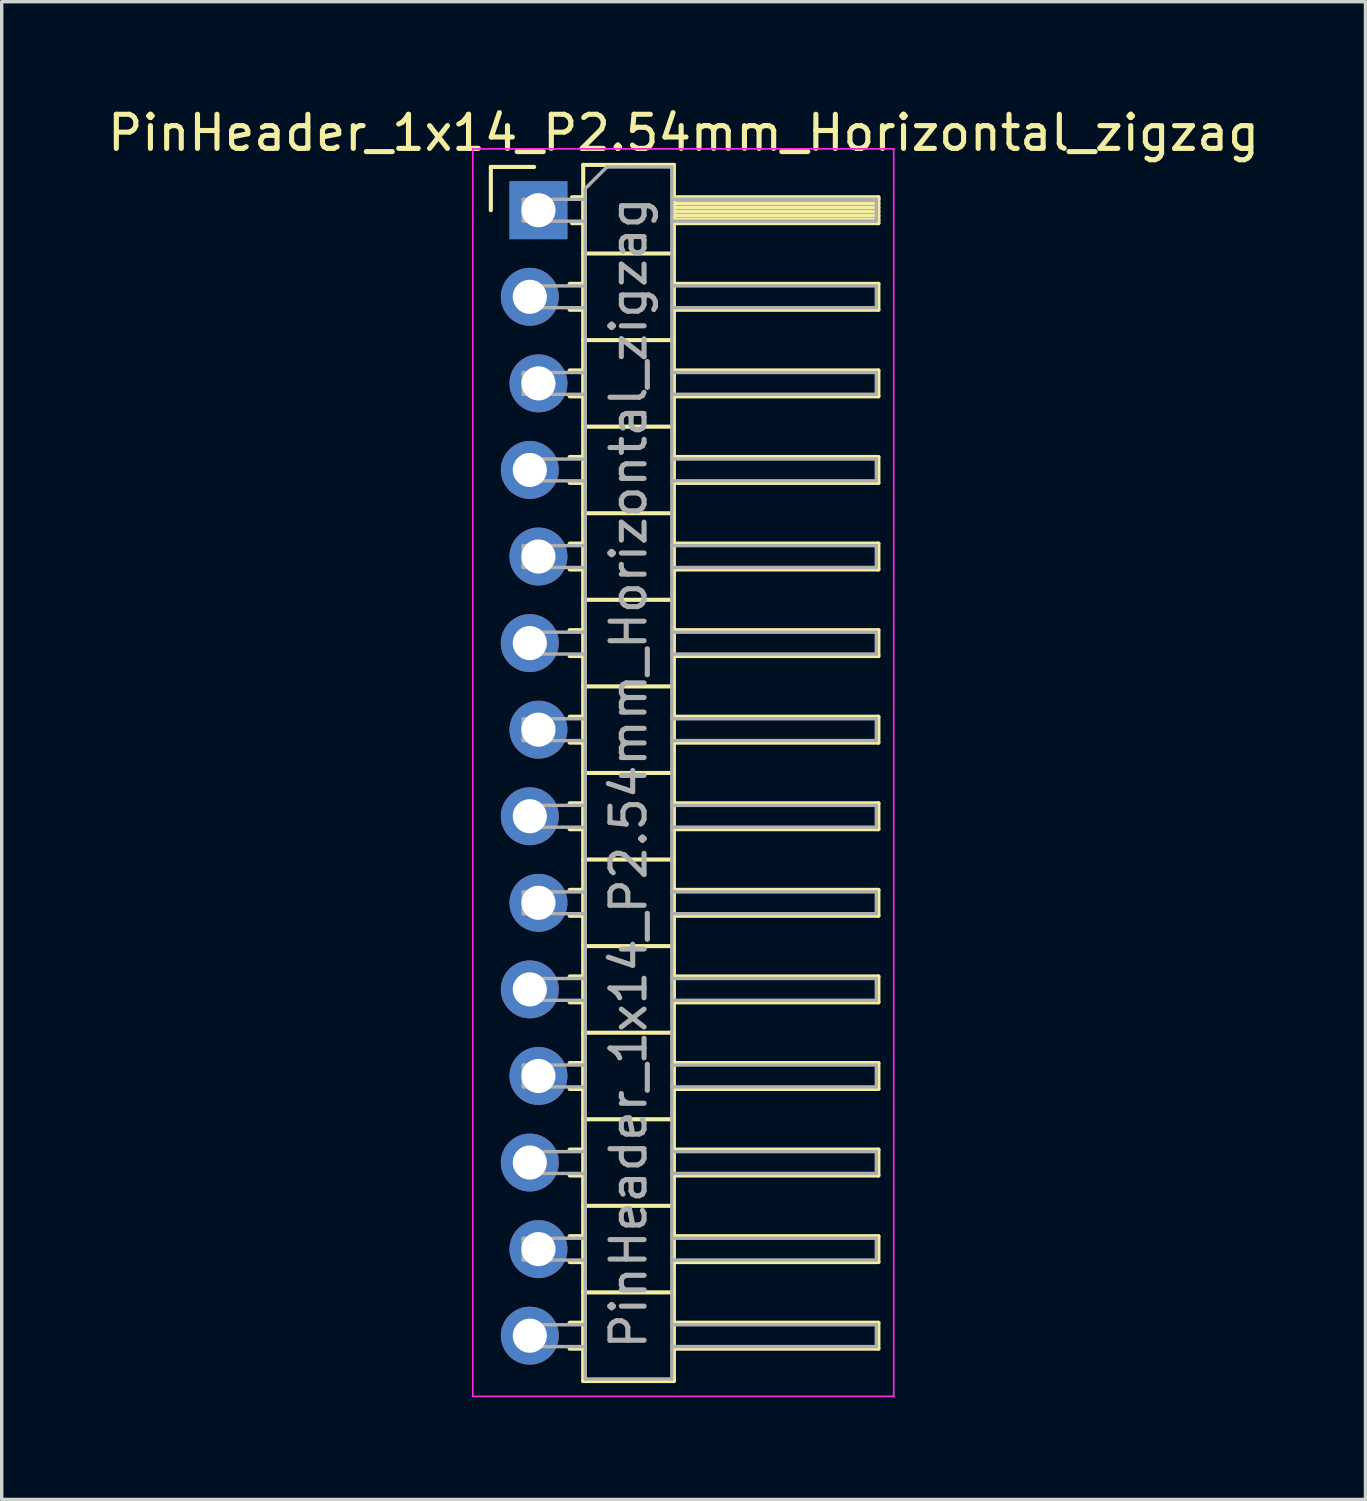
<source format=kicad_pcb>
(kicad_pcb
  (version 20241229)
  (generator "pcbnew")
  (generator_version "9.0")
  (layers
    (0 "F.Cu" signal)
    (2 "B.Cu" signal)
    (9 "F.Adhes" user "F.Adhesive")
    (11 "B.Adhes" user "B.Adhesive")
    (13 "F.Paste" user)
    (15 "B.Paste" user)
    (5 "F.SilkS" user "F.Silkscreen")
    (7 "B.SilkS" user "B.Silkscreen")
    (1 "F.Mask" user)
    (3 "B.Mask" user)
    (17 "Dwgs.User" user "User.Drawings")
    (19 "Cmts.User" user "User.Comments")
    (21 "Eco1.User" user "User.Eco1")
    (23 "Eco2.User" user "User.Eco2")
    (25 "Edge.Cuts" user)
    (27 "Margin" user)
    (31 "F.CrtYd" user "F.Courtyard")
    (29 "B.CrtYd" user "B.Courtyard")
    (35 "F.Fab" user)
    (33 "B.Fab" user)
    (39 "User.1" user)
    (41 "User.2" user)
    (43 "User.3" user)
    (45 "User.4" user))
  (footprint "PinHeader_1x14_P2.54mm_Horizontal_zigzag"
    (layer "F.Cu")
    (at 12.621 3.118)
    (property "Reference" "PinHeader_1x14_P2.54mm_Horizontal_zigzag" (at 4.385 -2.27 0) (layer "F.SilkS") (effects (font (size 1 1) (thickness 0.15))))
    (attr through_hole)
    (fp_line (start -1.27 -1.27) (end 0 -1.27) (stroke (width 0.12) (type solid)) (layer "F.SilkS"))
    (fp_line (start -1.27 0) (end -1.27 -1.27) (stroke (width 0.12) (type solid)) (layer "F.SilkS"))
    (fp_line (start 1.043 2.16) (end 1.44 2.16) (stroke (width 0.12) (type solid)) (layer "F.SilkS"))
    (fp_line (start 1.043 2.92) (end 1.44 2.92) (stroke (width 0.12) (type solid)) (layer "F.SilkS"))
    (fp_line (start 1.043 4.7) (end 1.44 4.7) (stroke (width 0.12) (type solid)) (layer "F.SilkS"))
    (fp_line (start 1.043 5.46) (end 1.44 5.46) (stroke (width 0.12) (type solid)) (layer "F.SilkS"))
    (fp_line (start 1.043 7.24) (end 1.44 7.24) (stroke (width 0.12) (type solid)) (layer "F.SilkS"))
    (fp_line (start 1.043 8) (end 1.44 8) (stroke (width 0.12) (type solid)) (layer "F.SilkS"))
    (fp_line (start 1.043 9.78) (end 1.44 9.78) (stroke (width 0.12) (type solid)) (layer "F.SilkS"))
    (fp_line (start 1.043 10.54) (end 1.44 10.54) (stroke (width 0.12) (type solid)) (layer "F.SilkS"))
    (fp_line (start 1.043 12.32) (end 1.44 12.32) (stroke (width 0.12) (type solid)) (layer "F.SilkS"))
    (fp_line (start 1.043 13.08) (end 1.44 13.08) (stroke (width 0.12) (type solid)) (layer "F.SilkS"))
    (fp_line (start 1.043 14.86) (end 1.44 14.86) (stroke (width 0.12) (type solid)) (layer "F.SilkS"))
    (fp_line (start 1.043 15.62) (end 1.44 15.62) (stroke (width 0.12) (type solid)) (layer "F.SilkS"))
    (fp_line (start 1.043 17.4) (end 1.44 17.4) (stroke (width 0.12) (type solid)) (layer "F.SilkS"))
    (fp_line (start 1.043 18.16) (end 1.44 18.16) (stroke (width 0.12) (type solid)) (layer "F.SilkS"))
    (fp_line (start 1.043 19.94) (end 1.44 19.94) (stroke (width 0.12) (type solid)) (layer "F.SilkS"))
    (fp_line (start 1.043 20.7) (end 1.44 20.7) (stroke (width 0.12) (type solid)) (layer "F.SilkS"))
    (fp_line (start 1.043 22.48) (end 1.44 22.48) (stroke (width 0.12) (type solid)) (layer "F.SilkS"))
    (fp_line (start 1.043 23.24) (end 1.44 23.24) (stroke (width 0.12) (type solid)) (layer "F.SilkS"))
    (fp_line (start 1.043 25.02) (end 1.44 25.02) (stroke (width 0.12) (type solid)) (layer "F.SilkS"))
    (fp_line (start 1.043 25.78) (end 1.44 25.78) (stroke (width 0.12) (type solid)) (layer "F.SilkS"))
    (fp_line (start 1.043 27.56) (end 1.44 27.56) (stroke (width 0.12) (type solid)) (layer "F.SilkS"))
    (fp_line (start 1.043 28.32) (end 1.44 28.32) (stroke (width 0.12) (type solid)) (layer "F.SilkS"))
    (fp_line (start 1.043 30.1) (end 1.44 30.1) (stroke (width 0.12) (type solid)) (layer "F.SilkS"))
    (fp_line (start 1.043 30.86) (end 1.44 30.86) (stroke (width 0.12) (type solid)) (layer "F.SilkS"))
    (fp_line (start 1.043 32.64) (end 1.44 32.64) (stroke (width 0.12) (type solid)) (layer "F.SilkS"))
    (fp_line (start 1.043 33.4) (end 1.44 33.4) (stroke (width 0.12) (type solid)) (layer "F.SilkS"))
    (fp_line (start 1.11 -0.38) (end 1.44 -0.38) (stroke (width 0.12) (type solid)) (layer "F.SilkS"))
    (fp_line (start 1.11 0.38) (end 1.44 0.38) (stroke (width 0.12) (type solid)) (layer "F.SilkS"))
    (fp_line (start 1.44 -1.33) (end 1.44 34.35) (stroke (width 0.12) (type solid)) (layer "F.SilkS"))
    (fp_line (start 1.44 1.27) (end 4.1 1.27) (stroke (width 0.12) (type solid)) (layer "F.SilkS"))
    (fp_line (start 1.44 3.81) (end 4.1 3.81) (stroke (width 0.12) (type solid)) (layer "F.SilkS"))
    (fp_line (start 1.44 6.35) (end 4.1 6.35) (stroke (width 0.12) (type solid)) (layer "F.SilkS"))
    (fp_line (start 1.44 8.89) (end 4.1 8.89) (stroke (width 0.12) (type solid)) (layer "F.SilkS"))
    (fp_line (start 1.44 11.43) (end 4.1 11.43) (stroke (width 0.12) (type solid)) (layer "F.SilkS"))
    (fp_line (start 1.44 13.97) (end 4.1 13.97) (stroke (width 0.12) (type solid)) (layer "F.SilkS"))
    (fp_line (start 1.44 16.51) (end 4.1 16.51) (stroke (width 0.12) (type solid)) (layer "F.SilkS"))
    (fp_line (start 1.44 19.05) (end 4.1 19.05) (stroke (width 0.12) (type solid)) (layer "F.SilkS"))
    (fp_line (start 1.44 21.59) (end 4.1 21.59) (stroke (width 0.12) (type solid)) (layer "F.SilkS"))
    (fp_line (start 1.44 24.13) (end 4.1 24.13) (stroke (width 0.12) (type solid)) (layer "F.SilkS"))
    (fp_line (start 1.44 26.67) (end 4.1 26.67) (stroke (width 0.12) (type solid)) (layer "F.SilkS"))
    (fp_line (start 1.44 29.21) (end 4.1 29.21) (stroke (width 0.12) (type solid)) (layer "F.SilkS"))
    (fp_line (start 1.44 31.75) (end 4.1 31.75) (stroke (width 0.12) (type solid)) (layer "F.SilkS"))
    (fp_line (start 1.44 34.35) (end 4.1 34.35) (stroke (width 0.12) (type solid)) (layer "F.SilkS"))
    (fp_line (start 4.1 -1.33) (end 1.44 -1.33) (stroke (width 0.12) (type solid)) (layer "F.SilkS"))
    (fp_line (start 4.1 -0.38) (end 10.1 -0.38) (stroke (width 0.12) (type solid)) (layer "F.SilkS"))
    (fp_line (start 4.1 -0.32) (end 10.1 -0.32) (stroke (width 0.12) (type solid)) (layer "F.SilkS"))
    (fp_line (start 4.1 -0.2) (end 10.1 -0.2) (stroke (width 0.12) (type solid)) (layer "F.SilkS"))
    (fp_line (start 4.1 -0.08) (end 10.1 -0.08) (stroke (width 0.12) (type solid)) (layer "F.SilkS"))
    (fp_line (start 4.1 0.04) (end 10.1 0.04) (stroke (width 0.12) (type solid)) (layer "F.SilkS"))
    (fp_line (start 4.1 0.16) (end 10.1 0.16) (stroke (width 0.12) (type solid)) (layer "F.SilkS"))
    (fp_line (start 4.1 0.28) (end 10.1 0.28) (stroke (width 0.12) (type solid)) (layer "F.SilkS"))
    (fp_line (start 4.1 2.16) (end 10.1 2.16) (stroke (width 0.12) (type solid)) (layer "F.SilkS"))
    (fp_line (start 4.1 4.7) (end 10.1 4.7) (stroke (width 0.12) (type solid)) (layer "F.SilkS"))
    (fp_line (start 4.1 7.24) (end 10.1 7.24) (stroke (width 0.12) (type solid)) (layer "F.SilkS"))
    (fp_line (start 4.1 9.78) (end 10.1 9.78) (stroke (width 0.12) (type solid)) (layer "F.SilkS"))
    (fp_line (start 4.1 12.32) (end 10.1 12.32) (stroke (width 0.12) (type solid)) (layer "F.SilkS"))
    (fp_line (start 4.1 14.86) (end 10.1 14.86) (stroke (width 0.12) (type solid)) (layer "F.SilkS"))
    (fp_line (start 4.1 17.4) (end 10.1 17.4) (stroke (width 0.12) (type solid)) (layer "F.SilkS"))
    (fp_line (start 4.1 19.94) (end 10.1 19.94) (stroke (width 0.12) (type solid)) (layer "F.SilkS"))
    (fp_line (start 4.1 22.48) (end 10.1 22.48) (stroke (width 0.12) (type solid)) (layer "F.SilkS"))
    (fp_line (start 4.1 25.02) (end 10.1 25.02) (stroke (width 0.12) (type solid)) (layer "F.SilkS"))
    (fp_line (start 4.1 27.56) (end 10.1 27.56) (stroke (width 0.12) (type solid)) (layer "F.SilkS"))
    (fp_line (start 4.1 30.1) (end 10.1 30.1) (stroke (width 0.12) (type solid)) (layer "F.SilkS"))
    (fp_line (start 4.1 32.64) (end 10.1 32.64) (stroke (width 0.12) (type solid)) (layer "F.SilkS"))
    (fp_line (start 4.1 34.35) (end 4.1 -1.33) (stroke (width 0.12) (type solid)) (layer "F.SilkS"))
    (fp_line (start 10.1 -0.38) (end 10.1 0.38) (stroke (width 0.12) (type solid)) (layer "F.SilkS"))
    (fp_line (start 10.1 0.38) (end 4.1 0.38) (stroke (width 0.12) (type solid)) (layer "F.SilkS"))
    (fp_line (start 10.1 2.16) (end 10.1 2.92) (stroke (width 0.12) (type solid)) (layer "F.SilkS"))
    (fp_line (start 10.1 2.92) (end 4.1 2.92) (stroke (width 0.12) (type solid)) (layer "F.SilkS"))
    (fp_line (start 10.1 4.7) (end 10.1 5.46) (stroke (width 0.12) (type solid)) (layer "F.SilkS"))
    (fp_line (start 10.1 5.46) (end 4.1 5.46) (stroke (width 0.12) (type solid)) (layer "F.SilkS"))
    (fp_line (start 10.1 7.24) (end 10.1 8) (stroke (width 0.12) (type solid)) (layer "F.SilkS"))
    (fp_line (start 10.1 8) (end 4.1 8) (stroke (width 0.12) (type solid)) (layer "F.SilkS"))
    (fp_line (start 10.1 9.78) (end 10.1 10.54) (stroke (width 0.12) (type solid)) (layer "F.SilkS"))
    (fp_line (start 10.1 10.54) (end 4.1 10.54) (stroke (width 0.12) (type solid)) (layer "F.SilkS"))
    (fp_line (start 10.1 12.32) (end 10.1 13.08) (stroke (width 0.12) (type solid)) (layer "F.SilkS"))
    (fp_line (start 10.1 13.08) (end 4.1 13.08) (stroke (width 0.12) (type solid)) (layer "F.SilkS"))
    (fp_line (start 10.1 14.86) (end 10.1 15.62) (stroke (width 0.12) (type solid)) (layer "F.SilkS"))
    (fp_line (start 10.1 15.62) (end 4.1 15.62) (stroke (width 0.12) (type solid)) (layer "F.SilkS"))
    (fp_line (start 10.1 17.4) (end 10.1 18.16) (stroke (width 0.12) (type solid)) (layer "F.SilkS"))
    (fp_line (start 10.1 18.16) (end 4.1 18.16) (stroke (width 0.12) (type solid)) (layer "F.SilkS"))
    (fp_line (start 10.1 19.94) (end 10.1 20.7) (stroke (width 0.12) (type solid)) (layer "F.SilkS"))
    (fp_line (start 10.1 20.7) (end 4.1 20.7) (stroke (width 0.12) (type solid)) (layer "F.SilkS"))
    (fp_line (start 10.1 22.48) (end 10.1 23.24) (stroke (width 0.12) (type solid)) (layer "F.SilkS"))
    (fp_line (start 10.1 23.24) (end 4.1 23.24) (stroke (width 0.12) (type solid)) (layer "F.SilkS"))
    (fp_line (start 10.1 25.02) (end 10.1 25.78) (stroke (width 0.12) (type solid)) (layer "F.SilkS"))
    (fp_line (start 10.1 25.78) (end 4.1 25.78) (stroke (width 0.12) (type solid)) (layer "F.SilkS"))
    (fp_line (start 10.1 27.56) (end 10.1 28.32) (stroke (width 0.12) (type solid)) (layer "F.SilkS"))
    (fp_line (start 10.1 28.32) (end 4.1 28.32) (stroke (width 0.12) (type solid)) (layer "F.SilkS"))
    (fp_line (start 10.1 30.1) (end 10.1 30.86) (stroke (width 0.12) (type solid)) (layer "F.SilkS"))
    (fp_line (start 10.1 30.86) (end 4.1 30.86) (stroke (width 0.12) (type solid)) (layer "F.SilkS"))
    (fp_line (start 10.1 32.64) (end 10.1 33.4) (stroke (width 0.12) (type solid)) (layer "F.SilkS"))
    (fp_line (start 10.1 33.4) (end 4.1 33.4) (stroke (width 0.12) (type solid)) (layer "F.SilkS"))
    (fp_line (start -1.8 -1.8) (end -1.8 34.8) (stroke (width 0.05) (type solid)) (layer "F.CrtYd"))
    (fp_line (start -1.8 34.8) (end 10.55 34.8) (stroke (width 0.05) (type solid)) (layer "F.CrtYd"))
    (fp_line (start 10.55 -1.8) (end -1.8 -1.8) (stroke (width 0.05) (type solid)) (layer "F.CrtYd"))
    (fp_line (start 10.55 34.8) (end 10.55 -1.8) (stroke (width 0.05) (type solid)) (layer "F.CrtYd"))
    (fp_line (start -0.32 -0.32) (end -0.32 0.32) (stroke (width 0.1) (type solid)) (layer "F.Fab"))
    (fp_line (start -0.32 -0.32) (end 1.5 -0.32) (stroke (width 0.1) (type solid)) (layer "F.Fab"))
    (fp_line (start -0.32 0.32) (end 1.5 0.32) (stroke (width 0.1) (type solid)) (layer "F.Fab"))
    (fp_line (start -0.32 2.22) (end -0.32 2.86) (stroke (width 0.1) (type solid)) (layer "F.Fab"))
    (fp_line (start -0.32 2.22) (end 1.5 2.22) (stroke (width 0.1) (type solid)) (layer "F.Fab"))
    (fp_line (start -0.32 2.86) (end 1.5 2.86) (stroke (width 0.1) (type solid)) (layer "F.Fab"))
    (fp_line (start -0.32 4.76) (end -0.32 5.4) (stroke (width 0.1) (type solid)) (layer "F.Fab"))
    (fp_line (start -0.32 4.76) (end 1.5 4.76) (stroke (width 0.1) (type solid)) (layer "F.Fab"))
    (fp_line (start -0.32 5.4) (end 1.5 5.4) (stroke (width 0.1) (type solid)) (layer "F.Fab"))
    (fp_line (start -0.32 7.3) (end -0.32 7.94) (stroke (width 0.1) (type solid)) (layer "F.Fab"))
    (fp_line (start -0.32 7.3) (end 1.5 7.3) (stroke (width 0.1) (type solid)) (layer "F.Fab"))
    (fp_line (start -0.32 7.94) (end 1.5 7.94) (stroke (width 0.1) (type solid)) (layer "F.Fab"))
    (fp_line (start -0.32 9.84) (end -0.32 10.48) (stroke (width 0.1) (type solid)) (layer "F.Fab"))
    (fp_line (start -0.32 9.84) (end 1.5 9.84) (stroke (width 0.1) (type solid)) (layer "F.Fab"))
    (fp_line (start -0.32 10.48) (end 1.5 10.48) (stroke (width 0.1) (type solid)) (layer "F.Fab"))
    (fp_line (start -0.32 12.38) (end -0.32 13.02) (stroke (width 0.1) (type solid)) (layer "F.Fab"))
    (fp_line (start -0.32 12.38) (end 1.5 12.38) (stroke (width 0.1) (type solid)) (layer "F.Fab"))
    (fp_line (start -0.32 13.02) (end 1.5 13.02) (stroke (width 0.1) (type solid)) (layer "F.Fab"))
    (fp_line (start -0.32 14.92) (end -0.32 15.56) (stroke (width 0.1) (type solid)) (layer "F.Fab"))
    (fp_line (start -0.32 14.92) (end 1.5 14.92) (stroke (width 0.1) (type solid)) (layer "F.Fab"))
    (fp_line (start -0.32 15.56) (end 1.5 15.56) (stroke (width 0.1) (type solid)) (layer "F.Fab"))
    (fp_line (start -0.32 17.46) (end -0.32 18.1) (stroke (width 0.1) (type solid)) (layer "F.Fab"))
    (fp_line (start -0.32 17.46) (end 1.5 17.46) (stroke (width 0.1) (type solid)) (layer "F.Fab"))
    (fp_line (start -0.32 18.1) (end 1.5 18.1) (stroke (width 0.1) (type solid)) (layer "F.Fab"))
    (fp_line (start -0.32 20) (end -0.32 20.64) (stroke (width 0.1) (type solid)) (layer "F.Fab"))
    (fp_line (start -0.32 20) (end 1.5 20) (stroke (width 0.1) (type solid)) (layer "F.Fab"))
    (fp_line (start -0.32 20.64) (end 1.5 20.64) (stroke (width 0.1) (type solid)) (layer "F.Fab"))
    (fp_line (start -0.32 22.54) (end -0.32 23.18) (stroke (width 0.1) (type solid)) (layer "F.Fab"))
    (fp_line (start -0.32 22.54) (end 1.5 22.54) (stroke (width 0.1) (type solid)) (layer "F.Fab"))
    (fp_line (start -0.32 23.18) (end 1.5 23.18) (stroke (width 0.1) (type solid)) (layer "F.Fab"))
    (fp_line (start -0.32 25.08) (end -0.32 25.72) (stroke (width 0.1) (type solid)) (layer "F.Fab"))
    (fp_line (start -0.32 25.08) (end 1.5 25.08) (stroke (width 0.1) (type solid)) (layer "F.Fab"))
    (fp_line (start -0.32 25.72) (end 1.5 25.72) (stroke (width 0.1) (type solid)) (layer "F.Fab"))
    (fp_line (start -0.32 27.62) (end -0.32 28.26) (stroke (width 0.1) (type solid)) (layer "F.Fab"))
    (fp_line (start -0.32 27.62) (end 1.5 27.62) (stroke (width 0.1) (type solid)) (layer "F.Fab"))
    (fp_line (start -0.32 28.26) (end 1.5 28.26) (stroke (width 0.1) (type solid)) (layer "F.Fab"))
    (fp_line (start -0.32 30.16) (end -0.32 30.8) (stroke (width 0.1) (type solid)) (layer "F.Fab"))
    (fp_line (start -0.32 30.16) (end 1.5 30.16) (stroke (width 0.1) (type solid)) (layer "F.Fab"))
    (fp_line (start -0.32 30.8) (end 1.5 30.8) (stroke (width 0.1) (type solid)) (layer "F.Fab"))
    (fp_line (start -0.32 32.7) (end -0.32 33.34) (stroke (width 0.1) (type solid)) (layer "F.Fab"))
    (fp_line (start -0.32 32.7) (end 1.5 32.7) (stroke (width 0.1) (type solid)) (layer "F.Fab"))
    (fp_line (start -0.32 33.34) (end 1.5 33.34) (stroke (width 0.1) (type solid)) (layer "F.Fab"))
    (fp_line (start 1.5 -0.635) (end 2.135 -1.27) (stroke (width 0.1) (type solid)) (layer "F.Fab"))
    (fp_line (start 1.5 34.29) (end 1.5 -0.635) (stroke (width 0.1) (type solid)) (layer "F.Fab"))
    (fp_line (start 2.135 -1.27) (end 4.04 -1.27) (stroke (width 0.1) (type solid)) (layer "F.Fab"))
    (fp_line (start 4.04 -1.27) (end 4.04 34.29) (stroke (width 0.1) (type solid)) (layer "F.Fab"))
    (fp_line (start 4.04 -0.32) (end 10.04 -0.32) (stroke (width 0.1) (type solid)) (layer "F.Fab"))
    (fp_line (start 4.04 0.32) (end 10.04 0.32) (stroke (width 0.1) (type solid)) (layer "F.Fab"))
    (fp_line (start 4.04 2.22) (end 10.04 2.22) (stroke (width 0.1) (type solid)) (layer "F.Fab"))
    (fp_line (start 4.04 2.86) (end 10.04 2.86) (stroke (width 0.1) (type solid)) (layer "F.Fab"))
    (fp_line (start 4.04 4.76) (end 10.04 4.76) (stroke (width 0.1) (type solid)) (layer "F.Fab"))
    (fp_line (start 4.04 5.4) (end 10.04 5.4) (stroke (width 0.1) (type solid)) (layer "F.Fab"))
    (fp_line (start 4.04 7.3) (end 10.04 7.3) (stroke (width 0.1) (type solid)) (layer "F.Fab"))
    (fp_line (start 4.04 7.94) (end 10.04 7.94) (stroke (width 0.1) (type solid)) (layer "F.Fab"))
    (fp_line (start 4.04 9.84) (end 10.04 9.84) (stroke (width 0.1) (type solid)) (layer "F.Fab"))
    (fp_line (start 4.04 10.48) (end 10.04 10.48) (stroke (width 0.1) (type solid)) (layer "F.Fab"))
    (fp_line (start 4.04 12.38) (end 10.04 12.38) (stroke (width 0.1) (type solid)) (layer "F.Fab"))
    (fp_line (start 4.04 13.02) (end 10.04 13.02) (stroke (width 0.1) (type solid)) (layer "F.Fab"))
    (fp_line (start 4.04 14.92) (end 10.04 14.92) (stroke (width 0.1) (type solid)) (layer "F.Fab"))
    (fp_line (start 4.04 15.56) (end 10.04 15.56) (stroke (width 0.1) (type solid)) (layer "F.Fab"))
    (fp_line (start 4.04 17.46) (end 10.04 17.46) (stroke (width 0.1) (type solid)) (layer "F.Fab"))
    (fp_line (start 4.04 18.1) (end 10.04 18.1) (stroke (width 0.1) (type solid)) (layer "F.Fab"))
    (fp_line (start 4.04 20) (end 10.04 20) (stroke (width 0.1) (type solid)) (layer "F.Fab"))
    (fp_line (start 4.04 20.64) (end 10.04 20.64) (stroke (width 0.1) (type solid)) (layer "F.Fab"))
    (fp_line (start 4.04 22.54) (end 10.04 22.54) (stroke (width 0.1) (type solid)) (layer "F.Fab"))
    (fp_line (start 4.04 23.18) (end 10.04 23.18) (stroke (width 0.1) (type solid)) (layer "F.Fab"))
    (fp_line (start 4.04 25.08) (end 10.04 25.08) (stroke (width 0.1) (type solid)) (layer "F.Fab"))
    (fp_line (start 4.04 25.72) (end 10.04 25.72) (stroke (width 0.1) (type solid)) (layer "F.Fab"))
    (fp_line (start 4.04 27.62) (end 10.04 27.62) (stroke (width 0.1) (type solid)) (layer "F.Fab"))
    (fp_line (start 4.04 28.26) (end 10.04 28.26) (stroke (width 0.1) (type solid)) (layer "F.Fab"))
    (fp_line (start 4.04 30.16) (end 10.04 30.16) (stroke (width 0.1) (type solid)) (layer "F.Fab"))
    (fp_line (start 4.04 30.8) (end 10.04 30.8) (stroke (width 0.1) (type solid)) (layer "F.Fab"))
    (fp_line (start 4.04 32.7) (end 10.04 32.7) (stroke (width 0.1) (type solid)) (layer "F.Fab"))
    (fp_line (start 4.04 33.34) (end 10.04 33.34) (stroke (width 0.1) (type solid)) (layer "F.Fab"))
    (fp_line (start 4.04 34.29) (end 1.5 34.29) (stroke (width 0.1) (type solid)) (layer "F.Fab"))
    (fp_line (start 10.04 -0.32) (end 10.04 0.32) (stroke (width 0.1) (type solid)) (layer "F.Fab"))
    (fp_line (start 10.04 2.22) (end 10.04 2.86) (stroke (width 0.1) (type solid)) (layer "F.Fab"))
    (fp_line (start 10.04 4.76) (end 10.04 5.4) (stroke (width 0.1) (type solid)) (layer "F.Fab"))
    (fp_line (start 10.04 7.3) (end 10.04 7.94) (stroke (width 0.1) (type solid)) (layer "F.Fab"))
    (fp_line (start 10.04 9.84) (end 10.04 10.48) (stroke (width 0.1) (type solid)) (layer "F.Fab"))
    (fp_line (start 10.04 12.38) (end 10.04 13.02) (stroke (width 0.1) (type solid)) (layer "F.Fab"))
    (fp_line (start 10.04 14.92) (end 10.04 15.56) (stroke (width 0.1) (type solid)) (layer "F.Fab"))
    (fp_line (start 10.04 17.46) (end 10.04 18.1) (stroke (width 0.1) (type solid)) (layer "F.Fab"))
    (fp_line (start 10.04 20) (end 10.04 20.64) (stroke (width 0.1) (type solid)) (layer "F.Fab"))
    (fp_line (start 10.04 22.54) (end 10.04 23.18) (stroke (width 0.1) (type solid)) (layer "F.Fab"))
    (fp_line (start 10.04 25.08) (end 10.04 25.72) (stroke (width 0.1) (type solid)) (layer "F.Fab"))
    (fp_line (start 10.04 27.62) (end 10.04 28.26) (stroke (width 0.1) (type solid)) (layer "F.Fab"))
    (fp_line (start 10.04 30.16) (end 10.04 30.8) (stroke (width 0.1) (type solid)) (layer "F.Fab"))
    (fp_line (start 10.04 32.7) (end 10.04 33.34) (stroke (width 0.1) (type solid)) (layer "F.Fab"))
    (fp_text user "${REFERENCE}" (at 2.77 16.51 90) (layer "F.Fab") (effects (font (size 1 1) (thickness 0.15))))
    (pad "1" thru_hole rect (at 0.127 0) (size 1.7 1.7) (drill 1) (layers "*.Cu" "*.Mask"))
    (pad "2" thru_hole oval (at -0.127 2.54) (size 1.7 1.7) (drill 1) (layers "*.Cu" "*.Mask"))
    (pad "3" thru_hole oval (at 0.127 5.08) (size 1.7 1.7) (drill 1) (layers "*.Cu" "*.Mask"))
    (pad "4" thru_hole oval (at -0.127 7.62) (size 1.7 1.7) (drill 1) (layers "*.Cu" "*.Mask"))
    (pad "5" thru_hole oval (at 0.127 10.16) (size 1.7 1.7) (drill 1) (layers "*.Cu" "*.Mask"))
    (pad "6" thru_hole oval (at -0.127 12.7) (size 1.7 1.7) (drill 1) (layers "*.Cu" "*.Mask"))
    (pad "7" thru_hole oval (at 0.127 15.24) (size 1.7 1.7) (drill 1) (layers "*.Cu" "*.Mask"))
    (pad "8" thru_hole oval (at -0.127 17.78) (size 1.7 1.7) (drill 1) (layers "*.Cu" "*.Mask"))
    (pad "9" thru_hole oval (at 0.127 20.32) (size 1.7 1.7) (drill 1) (layers "*.Cu" "*.Mask"))
    (pad "10" thru_hole oval (at -0.127 22.86) (size 1.7 1.7) (drill 1) (layers "*.Cu" "*.Mask"))
    (pad "11" thru_hole oval (at 0.127 25.4) (size 1.7 1.7) (drill 1) (layers "*.Cu" "*.Mask"))
    (pad "12" thru_hole oval (at -0.127 27.94) (size 1.7 1.7) (drill 1) (layers "*.Cu" "*.Mask"))
    (pad "13" thru_hole oval (at 0.127 30.48) (size 1.7 1.7) (drill 1) (layers "*.Cu" "*.Mask"))
    (pad "14" thru_hole oval (at -0.127 33.02) (size 1.7 1.7) (drill 1) (layers "*.Cu" "*.Mask")))
  (gr_rect
    (start -3 -3)
    (end 37.012 40.943)
    (stroke (width 0.1) (type default))
    (fill no)
    (layer "Edge.Cuts")))
</source>
